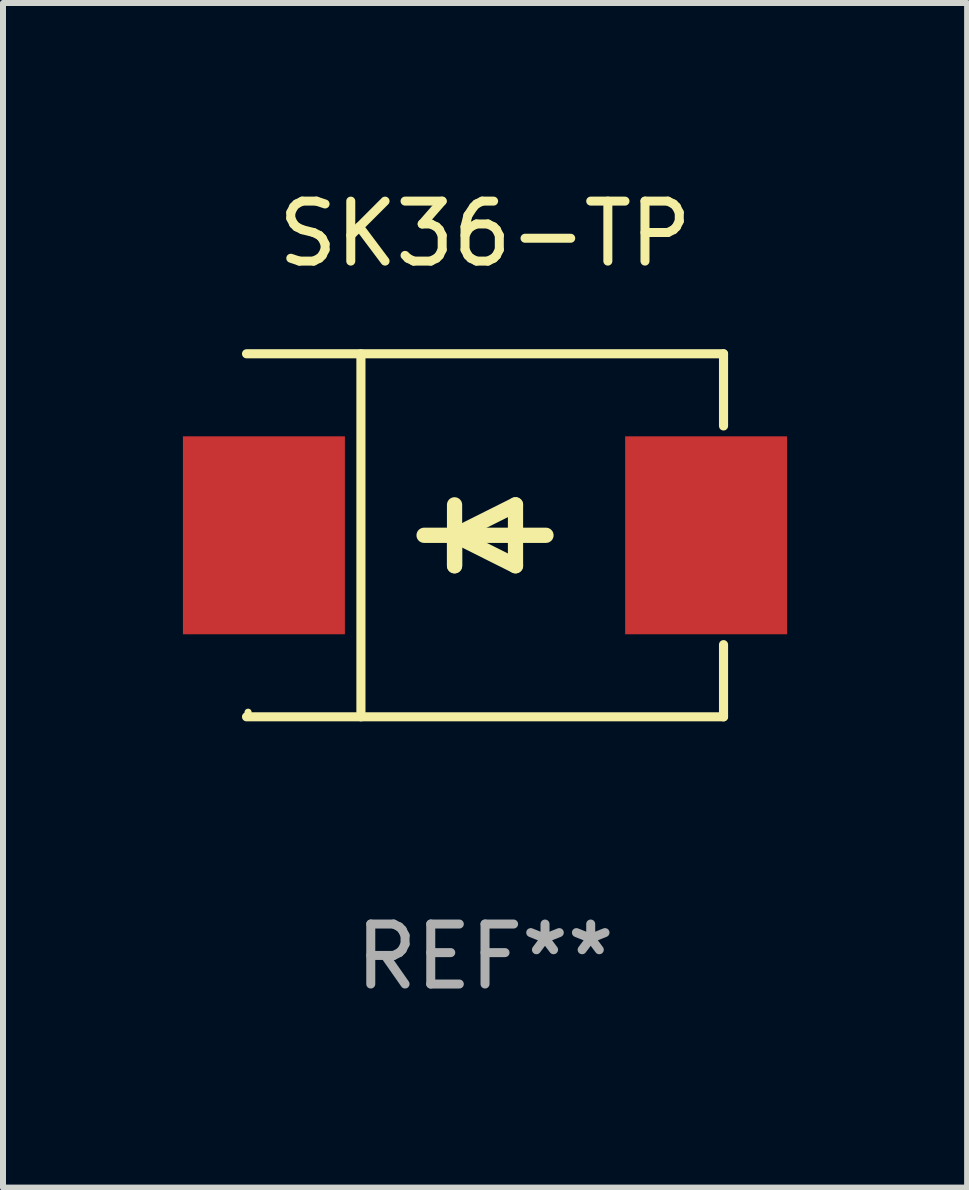
<source format=kicad_pcb>
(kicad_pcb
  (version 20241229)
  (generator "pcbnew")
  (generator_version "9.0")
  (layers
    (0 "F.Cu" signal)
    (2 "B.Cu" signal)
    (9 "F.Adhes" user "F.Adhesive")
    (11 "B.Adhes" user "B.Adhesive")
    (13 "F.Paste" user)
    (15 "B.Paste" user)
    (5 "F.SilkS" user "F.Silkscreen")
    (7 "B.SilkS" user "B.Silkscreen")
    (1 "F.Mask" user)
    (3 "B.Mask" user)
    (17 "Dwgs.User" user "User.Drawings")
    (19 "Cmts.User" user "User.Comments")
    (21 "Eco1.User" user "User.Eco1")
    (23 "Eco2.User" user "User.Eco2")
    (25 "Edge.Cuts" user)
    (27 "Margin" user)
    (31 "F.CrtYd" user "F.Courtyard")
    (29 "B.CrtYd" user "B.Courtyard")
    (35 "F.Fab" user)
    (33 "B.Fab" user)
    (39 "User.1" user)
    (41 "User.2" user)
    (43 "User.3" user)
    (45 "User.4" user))
  (footprint "SK36-TP"
    (layer "F.Cu")
    (at 5.036 5.874)
    (property "Reference" "SK36-TP" (at 0 -5.026 0) (layer "F.SilkS") (effects (font (size 1 1) (thickness 0.15))))
    (attr through_hole)
    (fp_line (start -3.976 -3.026) (end 3.976 -3.026) (stroke (width 0.152) (type solid)) (layer "F.SilkS"))
    (fp_line (start -3.976 3.026) (end 3.976 3.026) (stroke (width 0.152) (type solid)) (layer "F.SilkS"))
    (fp_line (start -2.069 -3.026) (end -2.069 3.026) (stroke (width 0.152) (type solid)) (layer "F.SilkS"))
    (fp_line (start -0.508 0) (end -0.508 0.508) (stroke (width 0.254) (type solid)) (layer "F.SilkS"))
    (fp_line (start -0.508 0) (end 0.508 0.508) (stroke (width 0.254) (type solid)) (layer "F.SilkS"))
    (fp_line (start -0.508 0.508) (end -0.508 -0.508) (stroke (width 0.254) (type solid)) (layer "F.SilkS"))
    (fp_line (start 0.508 -0.508) (end -0.508 0) (stroke (width 0.254) (type solid)) (layer "F.SilkS"))
    (fp_line (start 0.508 0.508) (end 0.508 -0.508) (stroke (width 0.254) (type solid)) (layer "F.SilkS"))
    (fp_line (start 1.016 0) (end -1.016 0) (stroke (width 0.254) (type solid)) (layer "F.SilkS"))
    (fp_line (start 3.976 -3.026) (end 3.976 -1.823) (stroke (width 0.152) (type solid)) (layer "F.SilkS"))
    (fp_line (start 3.976 3.026) (end 3.976 1.823) (stroke (width 0.152) (type solid)) (layer "F.SilkS"))
    (fp_circle (center -3.95 2.95) (end -3.92 2.95) (stroke (width 0.06) (type solid)) (fill no) (layer "F.SilkS"))
    (fp_text user "REF**" (at 0 7.026 0) (layer "F.Fab") (effects (font (size 1 1) (thickness 0.15))))
    (pad "1" smd rect (at -3.686 0) (size 2.7 3.3) (layers "F.Cu" "F.Mask" "F.Paste"))
    (pad "2" smd rect (at 3.686 0) (size 2.7 3.3) (layers "F.Cu" "F.Mask" "F.Paste")))
  (gr_rect
    (start -3 -3)
    (end 13.073 16.749)
    (stroke (width 0.1) (type default))
    (fill no)
    (layer "Edge.Cuts")))
</source>
